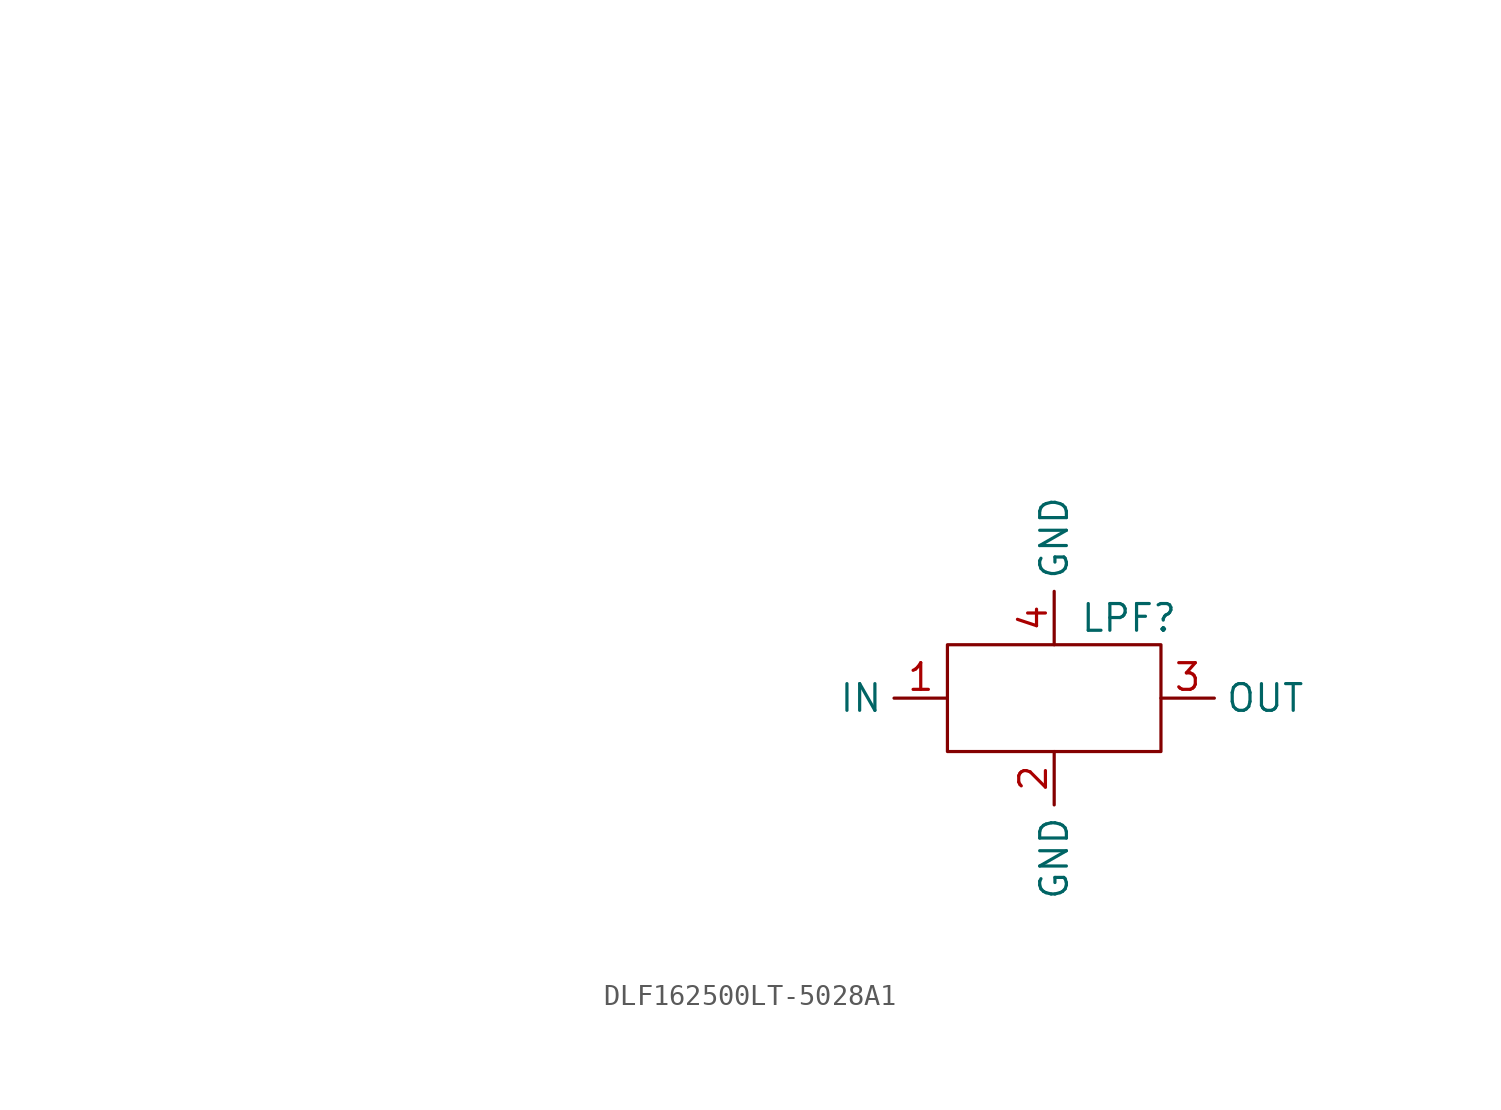
<source format=kicad_sym>
(kicad_symbol_lib
  (version 20241209)
  (generator "kicad_symbol_editor")
  (generator_version "9.0")
  (symbol "DLF162500LT-5028A1"
    (property "Reference" "LPF"
      (at 3.556 3.81 0)
      (effects (font (size 1.27 1.27))))
    (property "Value" ""
      (at -40.64 25.4 0)
      (effects (font (size 1.27 1.27))))
    (symbol "DLF162500LT-5028A1_0_0"
      (pin bidirectional line (at 0 2.54 90) (length 2.54) (name "GND" (effects (font (size 1.27 1.27)))) (number "4" (effects (font (size 1.27 1.27)))))
      (pin bidirectional line (at 0 -2.54 270) (length 2.54) (name "GND" (effects (font (size 1.27 1.27)))) (number "2" (effects (font (size 1.27 1.27)))))
      (pin bidirectional line (at 5.08 0 0) (length 2.54) (name "OUT" (effects (font (size 1.27 1.27)))) (number "3" (effects (font (size 1.27 1.27))))))
    (symbol "DLF162500LT-5028A1_0_1"
      (rectangle (start -5.08 2.54) (end 5.08 -2.54) (stroke (width 0) (type default)) (fill (type none))))
    (symbol "DLF162500LT-5028A1_1_0"
      (pin bidirectional line (at -5.08 0 180) (length 2.54) (name "IN" (effects (font (size 1.27 1.27)))) (number "1" (effects (font (size 1.27 1.27))))))))
</source>
